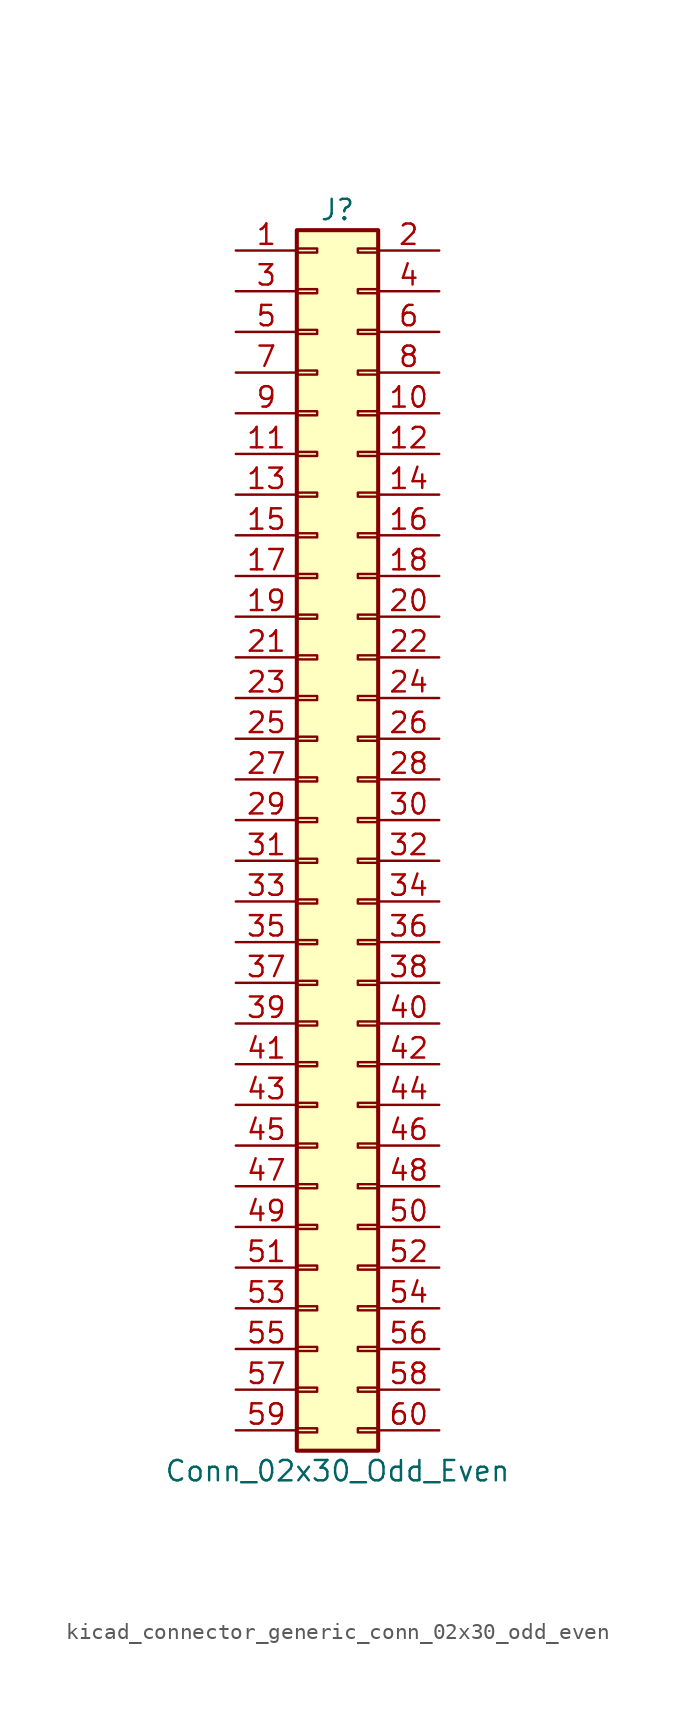
<source format=kicad_sym>
(kicad_symbol_lib
  (version 20220914)
  (generator kicad_symbol_editor)
  (symbol "kicad_connector_generic_conn_02x30_odd_even"
    (pin_names
      (offset 1.016) hide)
    (property "Reference" "J"
      (at 1.27 38.1 0)
      (effects (font (size 1.27 1.27))))
    (property "Value" "Conn_02x30_Odd_Even"
      (at 1.27 -40.64 0)
      (effects (font (size 1.27 1.27))))
    (symbol "kicad_connector_generic_conn_02x30_odd_even_1_1"
      (rectangle (start -1.27 -37.973) (end 0 -38.227) (stroke (width 0.152) (type default)) (fill (type none)))
      (rectangle (start -1.27 -35.433) (end 0 -35.687) (stroke (width 0.152) (type default)) (fill (type none)))
      (rectangle (start -1.27 -32.893) (end 0 -33.147) (stroke (width 0.152) (type default)) (fill (type none)))
      (rectangle (start -1.27 -30.353) (end 0 -30.607) (stroke (width 0.152) (type default)) (fill (type none)))
      (rectangle (start -1.27 -27.813) (end 0 -28.067) (stroke (width 0.152) (type default)) (fill (type none)))
      (rectangle (start -1.27 -25.273) (end 0 -25.527) (stroke (width 0.152) (type default)) (fill (type none)))
      (rectangle (start -1.27 -22.733) (end 0 -22.987) (stroke (width 0.152) (type default)) (fill (type none)))
      (rectangle (start -1.27 -20.193) (end 0 -20.447) (stroke (width 0.152) (type default)) (fill (type none)))
      (rectangle (start -1.27 -17.653) (end 0 -17.907) (stroke (width 0.152) (type default)) (fill (type none)))
      (rectangle (start -1.27 -15.113) (end 0 -15.367) (stroke (width 0.152) (type default)) (fill (type none)))
      (rectangle (start -1.27 -12.573) (end 0 -12.827) (stroke (width 0.152) (type default)) (fill (type none)))
      (rectangle (start -1.27 -10.033) (end 0 -10.287) (stroke (width 0.152) (type default)) (fill (type none)))
      (rectangle (start -1.27 -7.493) (end 0 -7.747) (stroke (width 0.152) (type default)) (fill (type none)))
      (rectangle (start -1.27 -4.953) (end 0 -5.207) (stroke (width 0.152) (type default)) (fill (type none)))
      (rectangle (start -1.27 -2.413) (end 0 -2.667) (stroke (width 0.152) (type default)) (fill (type none)))
      (rectangle (start -1.27 0.127) (end 0 -0.127) (stroke (width 0.152) (type default)) (fill (type none)))
      (rectangle (start -1.27 2.667) (end 0 2.413) (stroke (width 0.152) (type default)) (fill (type none)))
      (rectangle (start -1.27 5.207) (end 0 4.953) (stroke (width 0.152) (type default)) (fill (type none)))
      (rectangle (start -1.27 7.747) (end 0 7.493) (stroke (width 0.152) (type default)) (fill (type none)))
      (rectangle (start -1.27 10.287) (end 0 10.033) (stroke (width 0.152) (type default)) (fill (type none)))
      (rectangle (start -1.27 12.827) (end 0 12.573) (stroke (width 0.152) (type default)) (fill (type none)))
      (rectangle (start -1.27 15.367) (end 0 15.113) (stroke (width 0.152) (type default)) (fill (type none)))
      (rectangle (start -1.27 17.907) (end 0 17.653) (stroke (width 0.152) (type default)) (fill (type none)))
      (rectangle (start -1.27 20.447) (end 0 20.193) (stroke (width 0.152) (type default)) (fill (type none)))
      (rectangle (start -1.27 22.987) (end 0 22.733) (stroke (width 0.152) (type default)) (fill (type none)))
      (rectangle (start -1.27 25.527) (end 0 25.273) (stroke (width 0.152) (type default)) (fill (type none)))
      (rectangle (start -1.27 28.067) (end 0 27.813) (stroke (width 0.152) (type default)) (fill (type none)))
      (rectangle (start -1.27 30.607) (end 0 30.353) (stroke (width 0.152) (type default)) (fill (type none)))
      (rectangle (start -1.27 33.147) (end 0 32.893) (stroke (width 0.152) (type default)) (fill (type none)))
      (rectangle (start -1.27 35.687) (end 0 35.433) (stroke (width 0.152) (type default)) (fill (type none)))
      (rectangle (start -1.27 36.83) (end 3.81 -39.37) (stroke (width 0.254) (type default)) (fill (type background)))
      (rectangle (start 3.81 -37.973) (end 2.54 -38.227) (stroke (width 0.152) (type default)) (fill (type none)))
      (rectangle (start 3.81 -35.433) (end 2.54 -35.687) (stroke (width 0.152) (type default)) (fill (type none)))
      (rectangle (start 3.81 -32.893) (end 2.54 -33.147) (stroke (width 0.152) (type default)) (fill (type none)))
      (rectangle (start 3.81 -30.353) (end 2.54 -30.607) (stroke (width 0.152) (type default)) (fill (type none)))
      (rectangle (start 3.81 -27.813) (end 2.54 -28.067) (stroke (width 0.152) (type default)) (fill (type none)))
      (rectangle (start 3.81 -25.273) (end 2.54 -25.527) (stroke (width 0.152) (type default)) (fill (type none)))
      (rectangle (start 3.81 -22.733) (end 2.54 -22.987) (stroke (width 0.152) (type default)) (fill (type none)))
      (rectangle (start 3.81 -20.193) (end 2.54 -20.447) (stroke (width 0.152) (type default)) (fill (type none)))
      (rectangle (start 3.81 -17.653) (end 2.54 -17.907) (stroke (width 0.152) (type default)) (fill (type none)))
      (rectangle (start 3.81 -15.113) (end 2.54 -15.367) (stroke (width 0.152) (type default)) (fill (type none)))
      (rectangle (start 3.81 -12.573) (end 2.54 -12.827) (stroke (width 0.152) (type default)) (fill (type none)))
      (rectangle (start 3.81 -10.033) (end 2.54 -10.287) (stroke (width 0.152) (type default)) (fill (type none)))
      (rectangle (start 3.81 -7.493) (end 2.54 -7.747) (stroke (width 0.152) (type default)) (fill (type none)))
      (rectangle (start 3.81 -4.953) (end 2.54 -5.207) (stroke (width 0.152) (type default)) (fill (type none)))
      (rectangle (start 3.81 -2.413) (end 2.54 -2.667) (stroke (width 0.152) (type default)) (fill (type none)))
      (rectangle (start 3.81 0.127) (end 2.54 -0.127) (stroke (width 0.152) (type default)) (fill (type none)))
      (rectangle (start 3.81 2.667) (end 2.54 2.413) (stroke (width 0.152) (type default)) (fill (type none)))
      (rectangle (start 3.81 5.207) (end 2.54 4.953) (stroke (width 0.152) (type default)) (fill (type none)))
      (rectangle (start 3.81 7.747) (end 2.54 7.493) (stroke (width 0.152) (type default)) (fill (type none)))
      (rectangle (start 3.81 10.287) (end 2.54 10.033) (stroke (width 0.152) (type default)) (fill (type none)))
      (rectangle (start 3.81 12.827) (end 2.54 12.573) (stroke (width 0.152) (type default)) (fill (type none)))
      (rectangle (start 3.81 15.367) (end 2.54 15.113) (stroke (width 0.152) (type default)) (fill (type none)))
      (rectangle (start 3.81 17.907) (end 2.54 17.653) (stroke (width 0.152) (type default)) (fill (type none)))
      (rectangle (start 3.81 20.447) (end 2.54 20.193) (stroke (width 0.152) (type default)) (fill (type none)))
      (rectangle (start 3.81 22.987) (end 2.54 22.733) (stroke (width 0.152) (type default)) (fill (type none)))
      (rectangle (start 3.81 25.527) (end 2.54 25.273) (stroke (width 0.152) (type default)) (fill (type none)))
      (rectangle (start 3.81 28.067) (end 2.54 27.813) (stroke (width 0.152) (type default)) (fill (type none)))
      (rectangle (start 3.81 30.607) (end 2.54 30.353) (stroke (width 0.152) (type default)) (fill (type none)))
      (rectangle (start 3.81 33.147) (end 2.54 32.893) (stroke (width 0.152) (type default)) (fill (type none)))
      (rectangle (start 3.81 35.687) (end 2.54 35.433) (stroke (width 0.152) (type default)) (fill (type none)))
      (pin passive line (at -5.08 35.56 0) (length 3.81) (name "Pin_1" (effects (font (size 1.27 1.27)))) (number "1" (effects (font (size 1.27 1.27)))))
      (pin passive line (at 7.62 25.4 180) (length 3.81) (name "Pin_10" (effects (font (size 1.27 1.27)))) (number "10" (effects (font (size 1.27 1.27)))))
      (pin passive line (at -5.08 22.86 0) (length 3.81) (name "Pin_11" (effects (font (size 1.27 1.27)))) (number "11" (effects (font (size 1.27 1.27)))))
      (pin passive line (at 7.62 22.86 180) (length 3.81) (name "Pin_12" (effects (font (size 1.27 1.27)))) (number "12" (effects (font (size 1.27 1.27)))))
      (pin passive line (at -5.08 20.32 0) (length 3.81) (name "Pin_13" (effects (font (size 1.27 1.27)))) (number "13" (effects (font (size 1.27 1.27)))))
      (pin passive line (at 7.62 20.32 180) (length 3.81) (name "Pin_14" (effects (font (size 1.27 1.27)))) (number "14" (effects (font (size 1.27 1.27)))))
      (pin passive line (at -5.08 17.78 0) (length 3.81) (name "Pin_15" (effects (font (size 1.27 1.27)))) (number "15" (effects (font (size 1.27 1.27)))))
      (pin passive line (at 7.62 17.78 180) (length 3.81) (name "Pin_16" (effects (font (size 1.27 1.27)))) (number "16" (effects (font (size 1.27 1.27)))))
      (pin passive line (at -5.08 15.24 0) (length 3.81) (name "Pin_17" (effects (font (size 1.27 1.27)))) (number "17" (effects (font (size 1.27 1.27)))))
      (pin passive line (at 7.62 15.24 180) (length 3.81) (name "Pin_18" (effects (font (size 1.27 1.27)))) (number "18" (effects (font (size 1.27 1.27)))))
      (pin passive line (at -5.08 12.7 0) (length 3.81) (name "Pin_19" (effects (font (size 1.27 1.27)))) (number "19" (effects (font (size 1.27 1.27)))))
      (pin passive line (at 7.62 35.56 180) (length 3.81) (name "Pin_2" (effects (font (size 1.27 1.27)))) (number "2" (effects (font (size 1.27 1.27)))))
      (pin passive line (at 7.62 12.7 180) (length 3.81) (name "Pin_20" (effects (font (size 1.27 1.27)))) (number "20" (effects (font (size 1.27 1.27)))))
      (pin passive line (at -5.08 10.16 0) (length 3.81) (name "Pin_21" (effects (font (size 1.27 1.27)))) (number "21" (effects (font (size 1.27 1.27)))))
      (pin passive line (at 7.62 10.16 180) (length 3.81) (name "Pin_22" (effects (font (size 1.27 1.27)))) (number "22" (effects (font (size 1.27 1.27)))))
      (pin passive line (at -5.08 7.62 0) (length 3.81) (name "Pin_23" (effects (font (size 1.27 1.27)))) (number "23" (effects (font (size 1.27 1.27)))))
      (pin passive line (at 7.62 7.62 180) (length 3.81) (name "Pin_24" (effects (font (size 1.27 1.27)))) (number "24" (effects (font (size 1.27 1.27)))))
      (pin passive line (at -5.08 5.08 0) (length 3.81) (name "Pin_25" (effects (font (size 1.27 1.27)))) (number "25" (effects (font (size 1.27 1.27)))))
      (pin passive line (at 7.62 5.08 180) (length 3.81) (name "Pin_26" (effects (font (size 1.27 1.27)))) (number "26" (effects (font (size 1.27 1.27)))))
      (pin passive line (at -5.08 2.54 0) (length 3.81) (name "Pin_27" (effects (font (size 1.27 1.27)))) (number "27" (effects (font (size 1.27 1.27)))))
      (pin passive line (at 7.62 2.54 180) (length 3.81) (name "Pin_28" (effects (font (size 1.27 1.27)))) (number "28" (effects (font (size 1.27 1.27)))))
      (pin passive line (at -5.08 0 0) (length 3.81) (name "Pin_29" (effects (font (size 1.27 1.27)))) (number "29" (effects (font (size 1.27 1.27)))))
      (pin passive line (at -5.08 33.02 0) (length 3.81) (name "Pin_3" (effects (font (size 1.27 1.27)))) (number "3" (effects (font (size 1.27 1.27)))))
      (pin passive line (at 7.62 0 180) (length 3.81) (name "Pin_30" (effects (font (size 1.27 1.27)))) (number "30" (effects (font (size 1.27 1.27)))))
      (pin passive line (at -5.08 -2.54 0) (length 3.81) (name "Pin_31" (effects (font (size 1.27 1.27)))) (number "31" (effects (font (size 1.27 1.27)))))
      (pin passive line (at 7.62 -2.54 180) (length 3.81) (name "Pin_32" (effects (font (size 1.27 1.27)))) (number "32" (effects (font (size 1.27 1.27)))))
      (pin passive line (at -5.08 -5.08 0) (length 3.81) (name "Pin_33" (effects (font (size 1.27 1.27)))) (number "33" (effects (font (size 1.27 1.27)))))
      (pin passive line (at 7.62 -5.08 180) (length 3.81) (name "Pin_34" (effects (font (size 1.27 1.27)))) (number "34" (effects (font (size 1.27 1.27)))))
      (pin passive line (at -5.08 -7.62 0) (length 3.81) (name "Pin_35" (effects (font (size 1.27 1.27)))) (number "35" (effects (font (size 1.27 1.27)))))
      (pin passive line (at 7.62 -7.62 180) (length 3.81) (name "Pin_36" (effects (font (size 1.27 1.27)))) (number "36" (effects (font (size 1.27 1.27)))))
      (pin passive line (at -5.08 -10.16 0) (length 3.81) (name "Pin_37" (effects (font (size 1.27 1.27)))) (number "37" (effects (font (size 1.27 1.27)))))
      (pin passive line (at 7.62 -10.16 180) (length 3.81) (name "Pin_38" (effects (font (size 1.27 1.27)))) (number "38" (effects (font (size 1.27 1.27)))))
      (pin passive line (at -5.08 -12.7 0) (length 3.81) (name "Pin_39" (effects (font (size 1.27 1.27)))) (number "39" (effects (font (size 1.27 1.27)))))
      (pin passive line (at 7.62 33.02 180) (length 3.81) (name "Pin_4" (effects (font (size 1.27 1.27)))) (number "4" (effects (font (size 1.27 1.27)))))
      (pin passive line (at 7.62 -12.7 180) (length 3.81) (name "Pin_40" (effects (font (size 1.27 1.27)))) (number "40" (effects (font (size 1.27 1.27)))))
      (pin passive line (at -5.08 -15.24 0) (length 3.81) (name "Pin_41" (effects (font (size 1.27 1.27)))) (number "41" (effects (font (size 1.27 1.27)))))
      (pin passive line (at 7.62 -15.24 180) (length 3.81) (name "Pin_42" (effects (font (size 1.27 1.27)))) (number "42" (effects (font (size 1.27 1.27)))))
      (pin passive line (at -5.08 -17.78 0) (length 3.81) (name "Pin_43" (effects (font (size 1.27 1.27)))) (number "43" (effects (font (size 1.27 1.27)))))
      (pin passive line (at 7.62 -17.78 180) (length 3.81) (name "Pin_44" (effects (font (size 1.27 1.27)))) (number "44" (effects (font (size 1.27 1.27)))))
      (pin passive line (at -5.08 -20.32 0) (length 3.81) (name "Pin_45" (effects (font (size 1.27 1.27)))) (number "45" (effects (font (size 1.27 1.27)))))
      (pin passive line (at 7.62 -20.32 180) (length 3.81) (name "Pin_46" (effects (font (size 1.27 1.27)))) (number "46" (effects (font (size 1.27 1.27)))))
      (pin passive line (at -5.08 -22.86 0) (length 3.81) (name "Pin_47" (effects (font (size 1.27 1.27)))) (number "47" (effects (font (size 1.27 1.27)))))
      (pin passive line (at 7.62 -22.86 180) (length 3.81) (name "Pin_48" (effects (font (size 1.27 1.27)))) (number "48" (effects (font (size 1.27 1.27)))))
      (pin passive line (at -5.08 -25.4 0) (length 3.81) (name "Pin_49" (effects (font (size 1.27 1.27)))) (number "49" (effects (font (size 1.27 1.27)))))
      (pin passive line (at -5.08 30.48 0) (length 3.81) (name "Pin_5" (effects (font (size 1.27 1.27)))) (number "5" (effects (font (size 1.27 1.27)))))
      (pin passive line (at 7.62 -25.4 180) (length 3.81) (name "Pin_50" (effects (font (size 1.27 1.27)))) (number "50" (effects (font (size 1.27 1.27)))))
      (pin passive line (at -5.08 -27.94 0) (length 3.81) (name "Pin_51" (effects (font (size 1.27 1.27)))) (number "51" (effects (font (size 1.27 1.27)))))
      (pin passive line (at 7.62 -27.94 180) (length 3.81) (name "Pin_52" (effects (font (size 1.27 1.27)))) (number "52" (effects (font (size 1.27 1.27)))))
      (pin passive line (at -5.08 -30.48 0) (length 3.81) (name "Pin_53" (effects (font (size 1.27 1.27)))) (number "53" (effects (font (size 1.27 1.27)))))
      (pin passive line (at 7.62 -30.48 180) (length 3.81) (name "Pin_54" (effects (font (size 1.27 1.27)))) (number "54" (effects (font (size 1.27 1.27)))))
      (pin passive line (at -5.08 -33.02 0) (length 3.81) (name "Pin_55" (effects (font (size 1.27 1.27)))) (number "55" (effects (font (size 1.27 1.27)))))
      (pin passive line (at 7.62 -33.02 180) (length 3.81) (name "Pin_56" (effects (font (size 1.27 1.27)))) (number "56" (effects (font (size 1.27 1.27)))))
      (pin passive line (at -5.08 -35.56 0) (length 3.81) (name "Pin_57" (effects (font (size 1.27 1.27)))) (number "57" (effects (font (size 1.27 1.27)))))
      (pin passive line (at 7.62 -35.56 180) (length 3.81) (name "Pin_58" (effects (font (size 1.27 1.27)))) (number "58" (effects (font (size 1.27 1.27)))))
      (pin passive line (at -5.08 -38.1 0) (length 3.81) (name "Pin_59" (effects (font (size 1.27 1.27)))) (number "59" (effects (font (size 1.27 1.27)))))
      (pin passive line (at 7.62 30.48 180) (length 3.81) (name "Pin_6" (effects (font (size 1.27 1.27)))) (number "6" (effects (font (size 1.27 1.27)))))
      (pin passive line (at 7.62 -38.1 180) (length 3.81) (name "Pin_60" (effects (font (size 1.27 1.27)))) (number "60" (effects (font (size 1.27 1.27)))))
      (pin passive line (at -5.08 27.94 0) (length 3.81) (name "Pin_7" (effects (font (size 1.27 1.27)))) (number "7" (effects (font (size 1.27 1.27)))))
      (pin passive line (at 7.62 27.94 180) (length 3.81) (name "Pin_8" (effects (font (size 1.27 1.27)))) (number "8" (effects (font (size 1.27 1.27)))))
      (pin passive line (at -5.08 25.4 0) (length 3.81) (name "Pin_9" (effects (font (size 1.27 1.27)))) (number "9" (effects (font (size 1.27 1.27))))))))
</source>
